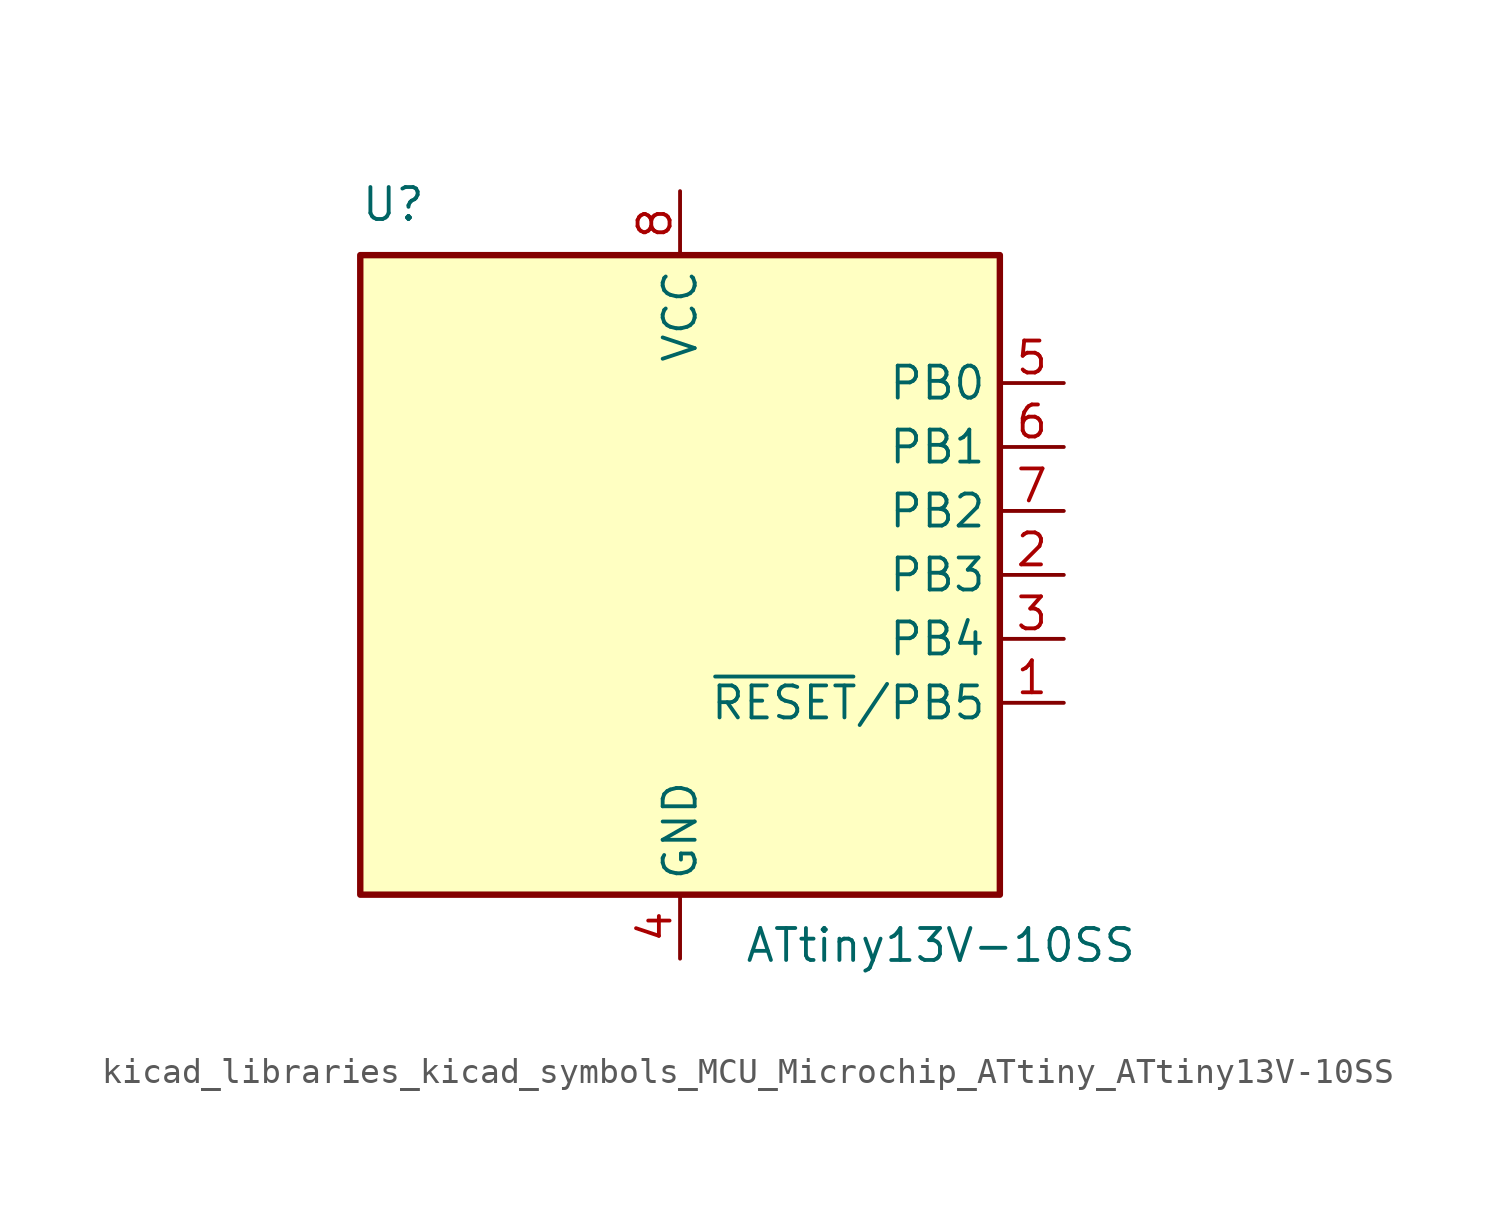
<source format=kicad_sym>
(kicad_symbol_lib
  (version 20220914)
  (generator kicad_symbol_editor)
  (symbol "kicad_libraries_kicad_symbols_MCU_Microchip_ATtiny_ATtiny13V-10SS"
    (property "Reference" "U"
      (at -12.7 13.97 0)
      (effects (font (size 1.27 1.27)) (justify left bottom)))
    (property "Value" "ATtiny13V-10SS"
      (at 2.54 -13.97 0)
      (effects (font (size 1.27 1.27)) (justify left top)))
    (symbol "kicad_libraries_kicad_symbols_MCU_Microchip_ATtiny_ATtiny13V-10SS_0_1"
      (rectangle (start -12.7 -12.7) (end 12.7 12.7) (stroke (width 0.254) (type default)) (fill (type background))))
    (symbol "kicad_libraries_kicad_symbols_MCU_Microchip_ATtiny_ATtiny13V-10SS_1_1"
      (pin bidirectional line (at 15.24 -5.08 180) (length 2.54) (name "~{RESET}/PB5" (effects (font (size 1.27 1.27)))) (number "1" (effects (font (size 1.27 1.27)))))
      (pin bidirectional line (at 15.24 0 180) (length 2.54) (name "PB3" (effects (font (size 1.27 1.27)))) (number "2" (effects (font (size 1.27 1.27)))))
      (pin bidirectional line (at 15.24 -2.54 180) (length 2.54) (name "PB4" (effects (font (size 1.27 1.27)))) (number "3" (effects (font (size 1.27 1.27)))))
      (pin power_in line (at 0 -15.24 90) (length 2.54) (name "GND" (effects (font (size 1.27 1.27)))) (number "4" (effects (font (size 1.27 1.27)))))
      (pin bidirectional line (at 15.24 7.62 180) (length 2.54) (name "PB0" (effects (font (size 1.27 1.27)))) (number "5" (effects (font (size 1.27 1.27)))))
      (pin bidirectional line (at 15.24 5.08 180) (length 2.54) (name "PB1" (effects (font (size 1.27 1.27)))) (number "6" (effects (font (size 1.27 1.27)))))
      (pin bidirectional line (at 15.24 2.54 180) (length 2.54) (name "PB2" (effects (font (size 1.27 1.27)))) (number "7" (effects (font (size 1.27 1.27)))))
      (pin power_in line (at 0 15.24 270) (length 2.54) (name "VCC" (effects (font (size 1.27 1.27)))) (number "8" (effects (font (size 1.27 1.27))))))))
</source>
